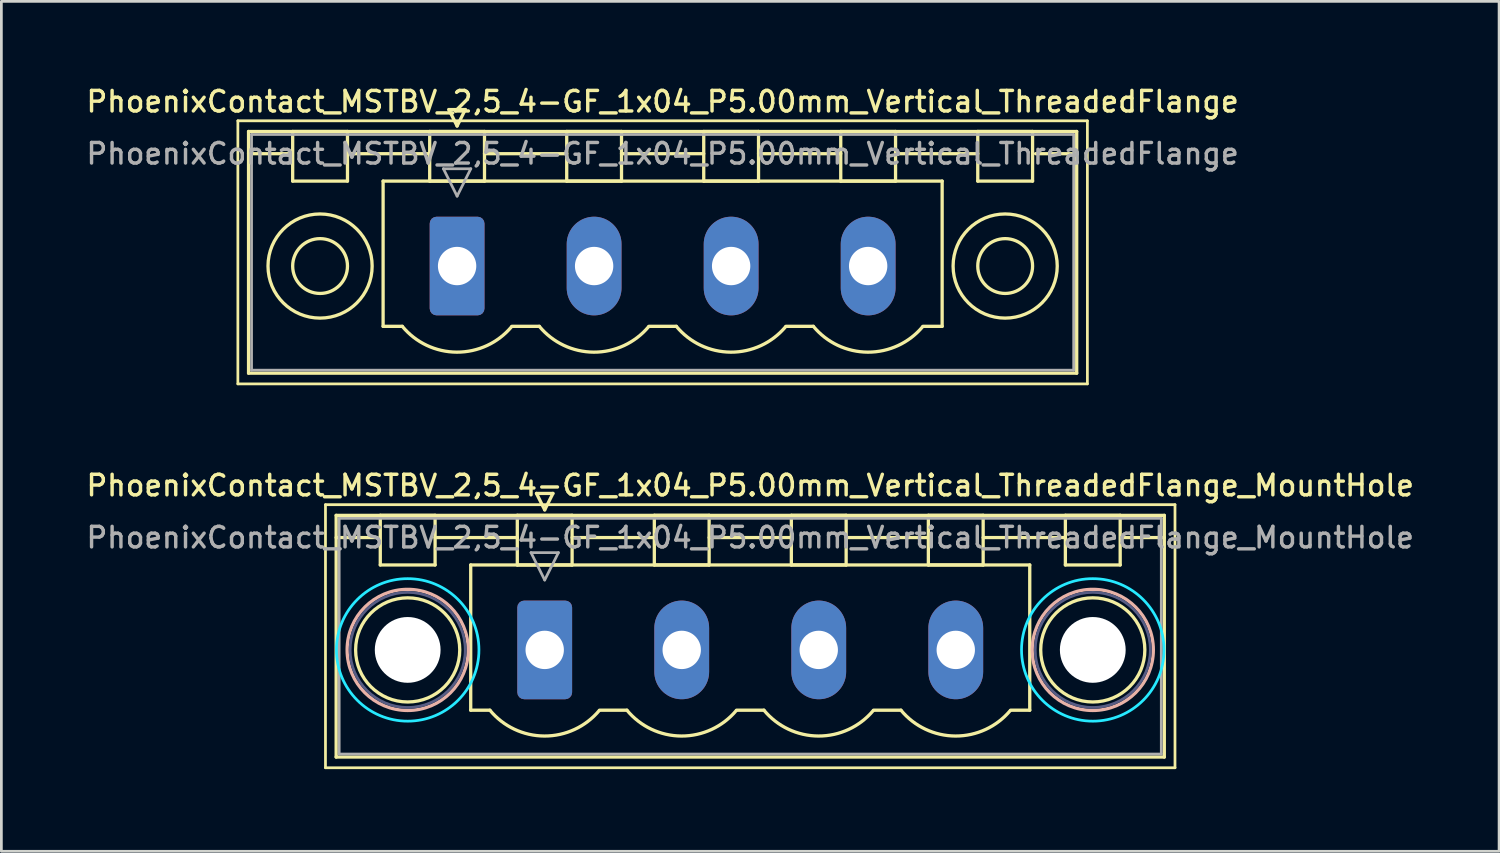
<source format=kicad_pcb>
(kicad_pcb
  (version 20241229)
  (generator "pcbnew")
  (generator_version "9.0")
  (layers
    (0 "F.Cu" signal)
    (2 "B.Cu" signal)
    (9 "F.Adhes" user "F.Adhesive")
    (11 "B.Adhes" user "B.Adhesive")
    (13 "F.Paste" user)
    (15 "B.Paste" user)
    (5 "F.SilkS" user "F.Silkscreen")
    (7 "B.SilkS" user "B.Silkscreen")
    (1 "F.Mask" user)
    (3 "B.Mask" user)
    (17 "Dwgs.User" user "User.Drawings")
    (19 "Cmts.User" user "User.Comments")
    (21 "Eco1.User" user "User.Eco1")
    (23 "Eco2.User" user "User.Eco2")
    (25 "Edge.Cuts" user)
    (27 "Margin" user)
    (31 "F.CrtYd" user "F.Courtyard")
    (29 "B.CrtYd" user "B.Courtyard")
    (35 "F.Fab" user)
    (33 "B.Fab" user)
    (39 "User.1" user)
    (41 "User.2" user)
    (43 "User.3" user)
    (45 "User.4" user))
  (footprint "PhoenixContact_MSTBV_2,5_4-GF_1x04_P5.00mm_Vertical_ThreadedFlange"
    (layer "F.Cu")
    (at 13.63 6.658)
    (property "Reference" "PhoenixContact_MSTBV_2,5_4-GF_1x04_P5.00mm_Vertical_ThreadedFlange" (at 7.5 -6 0) (layer "F.SilkS") (effects (font (size 0.75 0.75) (thickness 0.125))))
    (attr through_hole)
    (fp_line (start -8 -5.3) (end -8 4.3) (stroke (width 0.1) (type solid)) (layer "F.SilkS"))
    (fp_line (start -8 4.3) (end 23 4.3) (stroke (width 0.1) (type solid)) (layer "F.SilkS"))
    (fp_line (start -7.61 -4.91) (end -7.61 3.91) (stroke (width 0.12) (type solid)) (layer "F.SilkS"))
    (fp_line (start -7.61 -4.1) (end -6.11 -4.1) (stroke (width 0.12) (type solid)) (layer "F.SilkS"))
    (fp_line (start -7.61 3.91) (end 22.61 3.91) (stroke (width 0.12) (type solid)) (layer "F.SilkS"))
    (fp_line (start -6 -4.91) (end -4 -4.91) (stroke (width 0.12) (type solid)) (layer "F.SilkS"))
    (fp_line (start -6 -3.1) (end -6 -4.91) (stroke (width 0.12) (type solid)) (layer "F.SilkS"))
    (fp_line (start -4 -4.91) (end -4 -3.1) (stroke (width 0.12) (type solid)) (layer "F.SilkS"))
    (fp_line (start -4 -4.1) (end -1 -4.1) (stroke (width 0.12) (type solid)) (layer "F.SilkS"))
    (fp_line (start -4 -3.1) (end -6 -3.1) (stroke (width 0.12) (type solid)) (layer "F.SilkS"))
    (fp_line (start -2.7 -3.1) (end 17.7 -3.1) (stroke (width 0.12) (type solid)) (layer "F.SilkS"))
    (fp_line (start -2.7 2.2) (end -2.7 -3.1) (stroke (width 0.12) (type solid)) (layer "F.SilkS"))
    (fp_line (start -2 2.2) (end -2.7 2.2) (stroke (width 0.12) (type solid)) (layer "F.SilkS"))
    (fp_line (start -1 -4.91) (end 1 -4.91) (stroke (width 0.12) (type solid)) (layer "F.SilkS"))
    (fp_line (start -1 -3.1) (end -1 -4.91) (stroke (width 0.12) (type solid)) (layer "F.SilkS"))
    (fp_line (start -0.3 -5.71) (end 0.3 -5.71) (stroke (width 0.12) (type solid)) (layer "F.SilkS"))
    (fp_line (start 0 -5.11) (end -0.3 -5.71) (stroke (width 0.12) (type solid)) (layer "F.SilkS"))
    (fp_line (start 0.3 -5.71) (end 0 -5.11) (stroke (width 0.12) (type solid)) (layer "F.SilkS"))
    (fp_line (start 1 -4.91) (end 1 -3.1) (stroke (width 0.12) (type solid)) (layer "F.SilkS"))
    (fp_line (start 1 -4.1) (end 4 -4.1) (stroke (width 0.12) (type solid)) (layer "F.SilkS"))
    (fp_line (start 1 -3.1) (end -1 -3.1) (stroke (width 0.12) (type solid)) (layer "F.SilkS"))
    (fp_line (start 2 2.2) (end 3 2.2) (stroke (width 0.12) (type solid)) (layer "F.SilkS"))
    (fp_line (start 4 -4.91) (end 6 -4.91) (stroke (width 0.12) (type solid)) (layer "F.SilkS"))
    (fp_line (start 4 -3.1) (end 4 -4.91) (stroke (width 0.12) (type solid)) (layer "F.SilkS"))
    (fp_line (start 6 -4.91) (end 6 -3.1) (stroke (width 0.12) (type solid)) (layer "F.SilkS"))
    (fp_line (start 6 -4.1) (end 9 -4.1) (stroke (width 0.12) (type solid)) (layer "F.SilkS"))
    (fp_line (start 6 -3.1) (end 4 -3.1) (stroke (width 0.12) (type solid)) (layer "F.SilkS"))
    (fp_line (start 7 2.2) (end 8 2.2) (stroke (width 0.12) (type solid)) (layer "F.SilkS"))
    (fp_line (start 9 -4.91) (end 11 -4.91) (stroke (width 0.12) (type solid)) (layer "F.SilkS"))
    (fp_line (start 9 -3.1) (end 9 -4.91) (stroke (width 0.12) (type solid)) (layer "F.SilkS"))
    (fp_line (start 11 -4.91) (end 11 -3.1) (stroke (width 0.12) (type solid)) (layer "F.SilkS"))
    (fp_line (start 11 -4.1) (end 14 -4.1) (stroke (width 0.12) (type solid)) (layer "F.SilkS"))
    (fp_line (start 11 -3.1) (end 9 -3.1) (stroke (width 0.12) (type solid)) (layer "F.SilkS"))
    (fp_line (start 12 2.2) (end 13 2.2) (stroke (width 0.12) (type solid)) (layer "F.SilkS"))
    (fp_line (start 14 -4.91) (end 16 -4.91) (stroke (width 0.12) (type solid)) (layer "F.SilkS"))
    (fp_line (start 14 -3.1) (end 14 -4.91) (stroke (width 0.12) (type solid)) (layer "F.SilkS"))
    (fp_line (start 16 -4.91) (end 16 -3.1) (stroke (width 0.12) (type solid)) (layer "F.SilkS"))
    (fp_line (start 16 -4.1) (end 19 -4.1) (stroke (width 0.12) (type solid)) (layer "F.SilkS"))
    (fp_line (start 16 -3.1) (end 14 -3.1) (stroke (width 0.12) (type solid)) (layer "F.SilkS"))
    (fp_line (start 17.7 -3.1) (end 17.7 2.2) (stroke (width 0.12) (type solid)) (layer "F.SilkS"))
    (fp_line (start 17.7 2.2) (end 17 2.2) (stroke (width 0.12) (type solid)) (layer "F.SilkS"))
    (fp_line (start 19 -4.91) (end 21 -4.91) (stroke (width 0.12) (type solid)) (layer "F.SilkS"))
    (fp_line (start 19 -3.1) (end 19 -4.91) (stroke (width 0.12) (type solid)) (layer "F.SilkS"))
    (fp_line (start 21 -4.91) (end 21 -3.1) (stroke (width 0.12) (type solid)) (layer "F.SilkS"))
    (fp_line (start 21 -3.1) (end 19 -3.1) (stroke (width 0.12) (type solid)) (layer "F.SilkS"))
    (fp_line (start 22.61 -4.91) (end -7.61 -4.91) (stroke (width 0.12) (type solid)) (layer "F.SilkS"))
    (fp_line (start 22.61 -4.1) (end 21.11 -4.1) (stroke (width 0.12) (type solid)) (layer "F.SilkS"))
    (fp_line (start 22.61 3.91) (end 22.61 -4.91) (stroke (width 0.12) (type solid)) (layer "F.SilkS"))
    (fp_line (start 23 -5.3) (end -8 -5.3) (stroke (width 0.1) (type solid)) (layer "F.SilkS"))
    (fp_line (start 23 4.3) (end 23 -5.3) (stroke (width 0.1) (type solid)) (layer "F.SilkS"))
    (fp_arc (start 1.986842 2.215821) (mid -0.010289 3.142758) (end -2 2.2) (stroke (width 0.12) (type solid)) (layer "F.SilkS"))
    (fp_arc (start 6.986842 2.215821) (mid 4.989711 3.142758) (end 3 2.2) (stroke (width 0.12) (type solid)) (layer "F.SilkS"))
    (fp_arc (start 11.986842 2.215821) (mid 9.989711 3.142758) (end 8 2.2) (stroke (width 0.12) (type solid)) (layer "F.SilkS"))
    (fp_arc (start 16.986842 2.215821) (mid 14.989711 3.142758) (end 13 2.2) (stroke (width 0.12) (type solid)) (layer "F.SilkS"))
    (fp_circle (center -5 0) (end -4 0) (stroke (width 0.12) (type solid)) (fill no) (layer "F.SilkS"))
    (fp_circle (center -5 0) (end -3.1 0) (stroke (width 0.12) (type solid)) (fill no) (layer "F.SilkS"))
    (fp_circle (center 20 0) (end 21 0) (stroke (width 0.12) (type solid)) (fill no) (layer "F.SilkS"))
    (fp_circle (center 20 0) (end 21.9 0) (stroke (width 0.12) (type solid)) (fill no) (layer "F.SilkS"))
    (fp_line (start -7.5 -4.8) (end -7.5 3.8) (stroke (width 0.1) (type solid)) (layer "F.Fab"))
    (fp_line (start -7.5 3.8) (end 22.5 3.8) (stroke (width 0.1) (type solid)) (layer "F.Fab"))
    (fp_line (start -0.5 -3.55) (end 0.5 -3.55) (stroke (width 0.1) (type solid)) (layer "F.Fab"))
    (fp_line (start 0 -2.55) (end -0.5 -3.55) (stroke (width 0.1) (type solid)) (layer "F.Fab"))
    (fp_line (start 0.5 -3.55) (end 0 -2.55) (stroke (width 0.1) (type solid)) (layer "F.Fab"))
    (fp_line (start 22.5 -4.8) (end -7.5 -4.8) (stroke (width 0.1) (type solid)) (layer "F.Fab"))
    (fp_line (start 22.5 3.8) (end 22.5 -4.8) (stroke (width 0.1) (type solid)) (layer "F.Fab"))
    (fp_text user "${REFERENCE}" (at 7.5 -4.1 0) (layer "F.Fab") (effects (font (size 0.75 0.75) (thickness 0.125))))
    (pad "1" thru_hole roundrect (at 0 0) (size 2 3.6) (drill 1.4) (layers "*.Cu" "*.Mask") (roundrect_rratio 0.125))
    (pad "2" thru_hole oval (at 5 0) (size 2 3.6) (drill 1.4) (layers "*.Cu" "*.Mask"))
    (pad "3" thru_hole oval (at 10 0) (size 2 3.6) (drill 1.4) (layers "*.Cu" "*.Mask"))
    (pad "4" thru_hole oval (at 15 0) (size 2 3.6) (drill 1.4) (layers "*.Cu" "*.Mask")))
  (footprint "PhoenixContact_MSTBV_2,5_4-GF_1x04_P5.00mm_Vertical_ThreadedFlange_MountHole"
    (layer "F.Cu")
    (at 16.827 20.666)
    (property "Reference" "PhoenixContact_MSTBV_2,5_4-GF_1x04_P5.00mm_Vertical_ThreadedFlange_MountHole" (at 7.5 -6 0) (layer "F.SilkS") (effects (font (size 0.75 0.75) (thickness 0.125))))
    (attr through_hole)
    (fp_line (start -8 -5.3) (end -8 4.3) (stroke (width 0.1) (type solid)) (layer "F.SilkS"))
    (fp_line (start -8 4.3) (end 23 4.3) (stroke (width 0.1) (type solid)) (layer "F.SilkS"))
    (fp_line (start -7.61 -4.91) (end -7.61 3.91) (stroke (width 0.12) (type solid)) (layer "F.SilkS"))
    (fp_line (start -7.61 -4.1) (end -6.11 -4.1) (stroke (width 0.12) (type solid)) (layer "F.SilkS"))
    (fp_line (start -7.61 3.91) (end 22.61 3.91) (stroke (width 0.12) (type solid)) (layer "F.SilkS"))
    (fp_line (start -6 -4.91) (end -4 -4.91) (stroke (width 0.12) (type solid)) (layer "F.SilkS"))
    (fp_line (start -6 -3.1) (end -6 -4.91) (stroke (width 0.12) (type solid)) (layer "F.SilkS"))
    (fp_line (start -4 -4.91) (end -4 -3.1) (stroke (width 0.12) (type solid)) (layer "F.SilkS"))
    (fp_line (start -4 -4.1) (end -1 -4.1) (stroke (width 0.12) (type solid)) (layer "F.SilkS"))
    (fp_line (start -4 -3.1) (end -6 -3.1) (stroke (width 0.12) (type solid)) (layer "F.SilkS"))
    (fp_line (start -2.7 -3.1) (end 17.7 -3.1) (stroke (width 0.12) (type solid)) (layer "F.SilkS"))
    (fp_line (start -2.7 2.2) (end -2.7 -3.1) (stroke (width 0.12) (type solid)) (layer "F.SilkS"))
    (fp_line (start -2 2.2) (end -2.7 2.2) (stroke (width 0.12) (type solid)) (layer "F.SilkS"))
    (fp_line (start -1 -4.91) (end 1 -4.91) (stroke (width 0.12) (type solid)) (layer "F.SilkS"))
    (fp_line (start -1 -3.1) (end -1 -4.91) (stroke (width 0.12) (type solid)) (layer "F.SilkS"))
    (fp_line (start -0.3 -5.71) (end 0.3 -5.71) (stroke (width 0.12) (type solid)) (layer "F.SilkS"))
    (fp_line (start 0 -5.11) (end -0.3 -5.71) (stroke (width 0.12) (type solid)) (layer "F.SilkS"))
    (fp_line (start 0.3 -5.71) (end 0 -5.11) (stroke (width 0.12) (type solid)) (layer "F.SilkS"))
    (fp_line (start 1 -4.91) (end 1 -3.1) (stroke (width 0.12) (type solid)) (layer "F.SilkS"))
    (fp_line (start 1 -4.1) (end 4 -4.1) (stroke (width 0.12) (type solid)) (layer "F.SilkS"))
    (fp_line (start 1 -3.1) (end -1 -3.1) (stroke (width 0.12) (type solid)) (layer "F.SilkS"))
    (fp_line (start 2 2.2) (end 3 2.2) (stroke (width 0.12) (type solid)) (layer "F.SilkS"))
    (fp_line (start 4 -4.91) (end 6 -4.91) (stroke (width 0.12) (type solid)) (layer "F.SilkS"))
    (fp_line (start 4 -3.1) (end 4 -4.91) (stroke (width 0.12) (type solid)) (layer "F.SilkS"))
    (fp_line (start 6 -4.91) (end 6 -3.1) (stroke (width 0.12) (type solid)) (layer "F.SilkS"))
    (fp_line (start 6 -4.1) (end 9 -4.1) (stroke (width 0.12) (type solid)) (layer "F.SilkS"))
    (fp_line (start 6 -3.1) (end 4 -3.1) (stroke (width 0.12) (type solid)) (layer "F.SilkS"))
    (fp_line (start 7 2.2) (end 8 2.2) (stroke (width 0.12) (type solid)) (layer "F.SilkS"))
    (fp_line (start 9 -4.91) (end 11 -4.91) (stroke (width 0.12) (type solid)) (layer "F.SilkS"))
    (fp_line (start 9 -3.1) (end 9 -4.91) (stroke (width 0.12) (type solid)) (layer "F.SilkS"))
    (fp_line (start 11 -4.91) (end 11 -3.1) (stroke (width 0.12) (type solid)) (layer "F.SilkS"))
    (fp_line (start 11 -4.1) (end 14 -4.1) (stroke (width 0.12) (type solid)) (layer "F.SilkS"))
    (fp_line (start 11 -3.1) (end 9 -3.1) (stroke (width 0.12) (type solid)) (layer "F.SilkS"))
    (fp_line (start 12 2.2) (end 13 2.2) (stroke (width 0.12) (type solid)) (layer "F.SilkS"))
    (fp_line (start 14 -4.91) (end 16 -4.91) (stroke (width 0.12) (type solid)) (layer "F.SilkS"))
    (fp_line (start 14 -3.1) (end 14 -4.91) (stroke (width 0.12) (type solid)) (layer "F.SilkS"))
    (fp_line (start 16 -4.91) (end 16 -3.1) (stroke (width 0.12) (type solid)) (layer "F.SilkS"))
    (fp_line (start 16 -4.1) (end 19 -4.1) (stroke (width 0.12) (type solid)) (layer "F.SilkS"))
    (fp_line (start 16 -3.1) (end 14 -3.1) (stroke (width 0.12) (type solid)) (layer "F.SilkS"))
    (fp_line (start 17.7 -3.1) (end 17.7 2.2) (stroke (width 0.12) (type solid)) (layer "F.SilkS"))
    (fp_line (start 17.7 2.2) (end 17 2.2) (stroke (width 0.12) (type solid)) (layer "F.SilkS"))
    (fp_line (start 19 -4.91) (end 21 -4.91) (stroke (width 0.12) (type solid)) (layer "F.SilkS"))
    (fp_line (start 19 -3.1) (end 19 -4.91) (stroke (width 0.12) (type solid)) (layer "F.SilkS"))
    (fp_line (start 21 -4.91) (end 21 -3.1) (stroke (width 0.12) (type solid)) (layer "F.SilkS"))
    (fp_line (start 21 -3.1) (end 19 -3.1) (stroke (width 0.12) (type solid)) (layer "F.SilkS"))
    (fp_line (start 22.61 -4.91) (end -7.61 -4.91) (stroke (width 0.12) (type solid)) (layer "F.SilkS"))
    (fp_line (start 22.61 -4.1) (end 21.11 -4.1) (stroke (width 0.12) (type solid)) (layer "F.SilkS"))
    (fp_line (start 22.61 3.91) (end 22.61 -4.91) (stroke (width 0.12) (type solid)) (layer "F.SilkS"))
    (fp_line (start 23 -5.3) (end -8 -5.3) (stroke (width 0.1) (type solid)) (layer "F.SilkS"))
    (fp_line (start 23 4.3) (end 23 -5.3) (stroke (width 0.1) (type solid)) (layer "F.SilkS"))
    (fp_arc (start 1.986842 2.215821) (mid -0.010289 3.142758) (end -2 2.2) (stroke (width 0.12) (type solid)) (layer "F.SilkS"))
    (fp_arc (start 6.986842 2.215821) (mid 4.989711 3.142758) (end 3 2.2) (stroke (width 0.12) (type solid)) (layer "F.SilkS"))
    (fp_arc (start 11.986842 2.215821) (mid 9.989711 3.142758) (end 8 2.2) (stroke (width 0.12) (type solid)) (layer "F.SilkS"))
    (fp_arc (start 16.986842 2.215821) (mid 14.989711 3.142758) (end 13 2.2) (stroke (width 0.12) (type solid)) (layer "F.SilkS"))
    (fp_circle (center -5 0) (end -3.1 0) (stroke (width 0.12) (type solid)) (fill no) (layer "F.SilkS"))
    (fp_circle (center 20 0) (end 21.9 0) (stroke (width 0.12) (type solid)) (fill no) (layer "F.SilkS"))
    (fp_circle (center -5 0) (end -2.79 0) (stroke (width 0.12) (type solid)) (fill no) (layer "B.SilkS"))
    (fp_circle (center 20 0) (end 22.21 0) (stroke (width 0.12) (type solid)) (fill no) (layer "B.SilkS"))
    (fp_circle (center -5 0) (end -2.4 0) (stroke (width 0.1) (type solid)) (fill no) (layer "B.CrtYd"))
    (fp_circle (center 20 0) (end 22.6 0) (stroke (width 0.1) (type solid)) (fill no) (layer "B.CrtYd"))
    (fp_circle (center -5 0) (end -2.9 0) (stroke (width 0.1) (type solid)) (fill no) (layer "B.Fab"))
    (fp_circle (center 20 0) (end 22.1 0) (stroke (width 0.1) (type solid)) (fill no) (layer "B.Fab"))
    (fp_line (start -7.5 -4.8) (end -7.5 3.8) (stroke (width 0.1) (type solid)) (layer "F.Fab"))
    (fp_line (start -7.5 3.8) (end 22.5 3.8) (stroke (width 0.1) (type solid)) (layer "F.Fab"))
    (fp_line (start -0.5 -3.55) (end 0.5 -3.55) (stroke (width 0.1) (type solid)) (layer "F.Fab"))
    (fp_line (start 0 -2.55) (end -0.5 -3.55) (stroke (width 0.1) (type solid)) (layer "F.Fab"))
    (fp_line (start 0.5 -3.55) (end 0 -2.55) (stroke (width 0.1) (type solid)) (layer "F.Fab"))
    (fp_line (start 22.5 -4.8) (end -7.5 -4.8) (stroke (width 0.1) (type solid)) (layer "F.Fab"))
    (fp_line (start 22.5 3.8) (end 22.5 -4.8) (stroke (width 0.1) (type solid)) (layer "F.Fab"))
    (fp_text user "${REFERENCE}" (at 7.5 -4.1 0) (layer "F.Fab") (effects (font (size 0.75 0.75) (thickness 0.125))))
    (pad "" np_thru_hole circle (at -5 0) (size 2.4 2.4) (drill 2.4) (layers "*.Cu" "*.Mask"))
    (pad "" np_thru_hole circle (at 20 0) (size 2.4 2.4) (drill 2.4) (layers "*.Cu" "*.Mask"))
    (pad "1" thru_hole roundrect (at 0 0) (size 2 3.6) (drill 1.4) (layers "*.Cu" "*.Mask") (roundrect_rratio 0.125))
    (pad "2" thru_hole oval (at 5 0) (size 2 3.6) (drill 1.4) (layers "*.Cu" "*.Mask"))
    (pad "3" thru_hole oval (at 10 0) (size 2 3.6) (drill 1.4) (layers "*.Cu" "*.Mask"))
    (pad "4" thru_hole oval (at 15 0) (size 2 3.6) (drill 1.4) (layers "*.Cu" "*.Mask")))
  (gr_rect
    (start -3 -3)
    (end 51.654 28.016)
    (stroke (width 0.1) (type default))
    (fill no)
    (layer "Edge.Cuts")))
</source>
